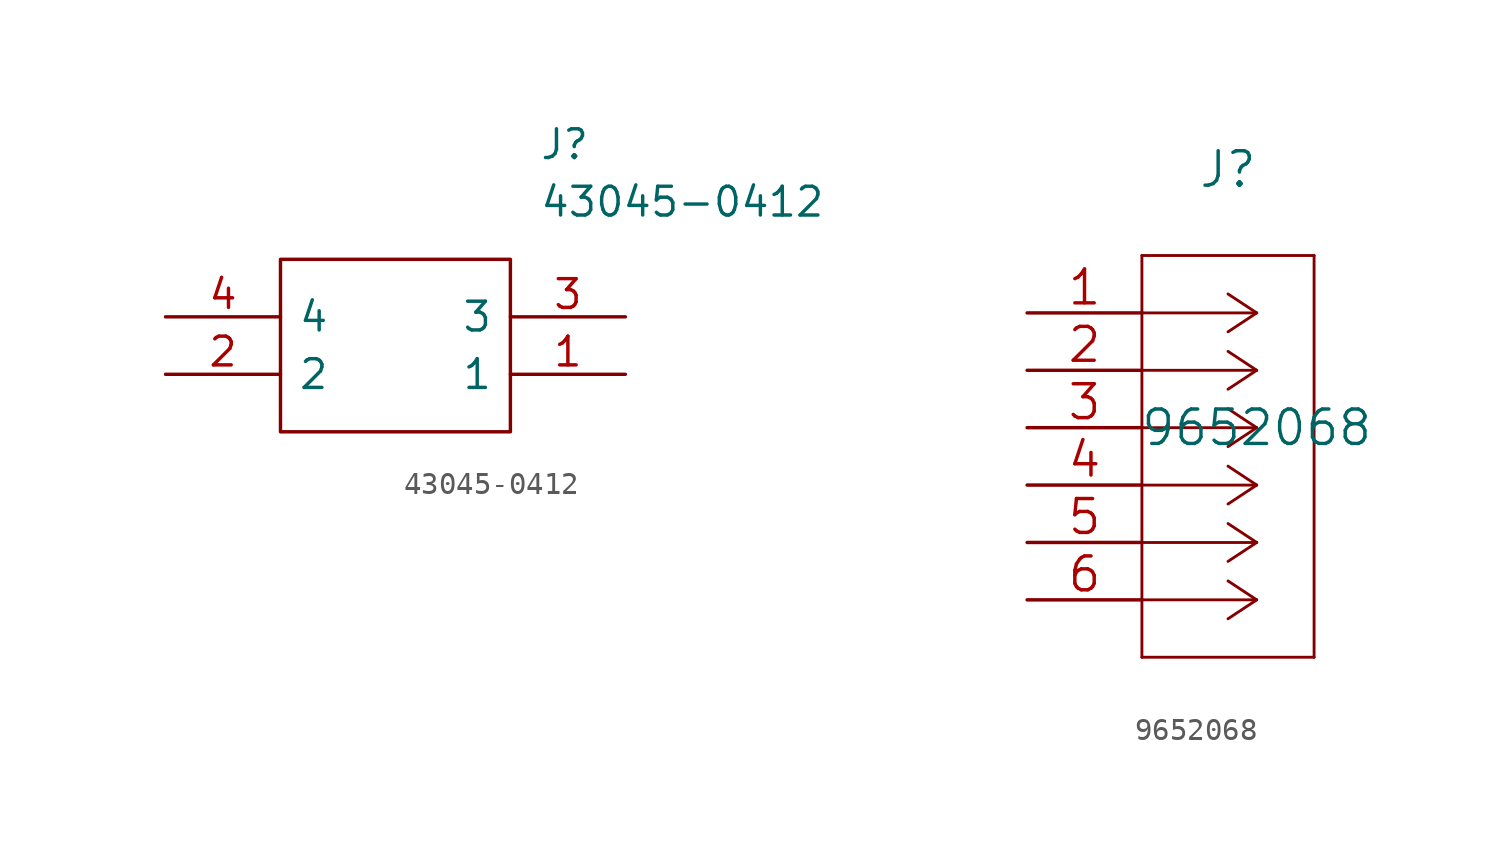
<source format=kicad_sym>
(kicad_symbol_lib
  (version 20211014)
  (generator kicad_symbol_editor)
  (symbol "43045-0412"
    (pin_names
      (offset 0.762))
    (property "Reference" "J"
      (at 16.51 7.62 0)
      (effects (font (size 1.27 1.27)) (justify left)))
    (property "Value" "43045-0412"
      (at 16.51 5.08 0)
      (effects (font (size 1.27 1.27)) (justify left)))
    (symbol "43045-0412_0_0"
      (pin passive line (at 20.32 -2.54 180) (length 5.08) (name "1" (effects (font (size 1.27 1.27)))) (number "1" (effects (font (size 1.27 1.27)))))
      (pin passive line (at 0 -2.54 0) (length 5.08) (name "2" (effects (font (size 1.27 1.27)))) (number "2" (effects (font (size 1.27 1.27)))))
      (pin passive line (at 20.32 0 180) (length 5.08) (name "3" (effects (font (size 1.27 1.27)))) (number "3" (effects (font (size 1.27 1.27)))))
      (pin passive line (at 0 0 0) (length 5.08) (name "4" (effects (font (size 1.27 1.27)))) (number "4" (effects (font (size 1.27 1.27))))))
    (symbol "43045-0412_0_1"
      (polyline (pts (xy 5.08 2.54) (xy 15.24 2.54) (xy 15.24 -5.08) (xy 5.08 -5.08) (xy 5.08 2.54)) (stroke (width 0.152) (type default) (color 0 0 0 0)) (fill (type none)))))
  (symbol "9652068"
    (pin_names
      (offset 0.254) hide)
    (property "Reference" "J"
      (at 8.89 6.35 0)
      (effects (font (size 1.524 1.524))))
    (property "Value" "9652068"
      (at 10.16 -5.08 0)
      (effects (font (size 1.524 1.524))))
    (property "Datasheet" ""
      (at 0 0 0)
      (effects (font (size 1.524 1.524))))
    (symbol "9652068_1_1"
      (polyline (pts (xy 5.08 -15.24) (xy 12.7 -15.24)) (stroke (width 0.127) (type default) (color 0 0 0 0)) (fill (type none)))
      (polyline (pts (xy 5.08 2.54) (xy 5.08 -15.24)) (stroke (width 0.127) (type default) (color 0 0 0 0)) (fill (type none)))
      (polyline (pts (xy 10.16 -12.7) (xy 5.08 -12.7)) (stroke (width 0.127) (type default) (color 0 0 0 0)) (fill (type none)))
      (polyline (pts (xy 10.16 -12.7) (xy 8.89 -13.538)) (stroke (width 0.127) (type default) (color 0 0 0 0)) (fill (type none)))
      (polyline (pts (xy 10.16 -12.7) (xy 8.89 -11.862)) (stroke (width 0.127) (type default) (color 0 0 0 0)) (fill (type none)))
      (polyline (pts (xy 10.16 -10.16) (xy 5.08 -10.16)) (stroke (width 0.127) (type default) (color 0 0 0 0)) (fill (type none)))
      (polyline (pts (xy 10.16 -10.16) (xy 8.89 -10.998)) (stroke (width 0.127) (type default) (color 0 0 0 0)) (fill (type none)))
      (polyline (pts (xy 10.16 -10.16) (xy 8.89 -9.322)) (stroke (width 0.127) (type default) (color 0 0 0 0)) (fill (type none)))
      (polyline (pts (xy 10.16 -7.62) (xy 5.08 -7.62)) (stroke (width 0.127) (type default) (color 0 0 0 0)) (fill (type none)))
      (polyline (pts (xy 10.16 -7.62) (xy 8.89 -8.458)) (stroke (width 0.127) (type default) (color 0 0 0 0)) (fill (type none)))
      (polyline (pts (xy 10.16 -7.62) (xy 8.89 -6.782)) (stroke (width 0.127) (type default) (color 0 0 0 0)) (fill (type none)))
      (polyline (pts (xy 10.16 -5.08) (xy 5.08 -5.08)) (stroke (width 0.127) (type default) (color 0 0 0 0)) (fill (type none)))
      (polyline (pts (xy 10.16 -5.08) (xy 8.89 -5.918)) (stroke (width 0.127) (type default) (color 0 0 0 0)) (fill (type none)))
      (polyline (pts (xy 10.16 -5.08) (xy 8.89 -4.242)) (stroke (width 0.127) (type default) (color 0 0 0 0)) (fill (type none)))
      (polyline (pts (xy 10.16 -2.54) (xy 5.08 -2.54)) (stroke (width 0.127) (type default) (color 0 0 0 0)) (fill (type none)))
      (polyline (pts (xy 10.16 -2.54) (xy 8.89 -3.378)) (stroke (width 0.127) (type default) (color 0 0 0 0)) (fill (type none)))
      (polyline (pts (xy 10.16 -2.54) (xy 8.89 -1.702)) (stroke (width 0.127) (type default) (color 0 0 0 0)) (fill (type none)))
      (polyline (pts (xy 10.16 0) (xy 5.08 0)) (stroke (width 0.127) (type default) (color 0 0 0 0)) (fill (type none)))
      (polyline (pts (xy 10.16 0) (xy 8.89 -0.838)) (stroke (width 0.127) (type default) (color 0 0 0 0)) (fill (type none)))
      (polyline (pts (xy 10.16 0) (xy 8.89 0.838)) (stroke (width 0.127) (type default) (color 0 0 0 0)) (fill (type none)))
      (polyline (pts (xy 12.7 -15.24) (xy 12.7 2.54)) (stroke (width 0.127) (type default) (color 0 0 0 0)) (fill (type none)))
      (polyline (pts (xy 12.7 2.54) (xy 5.08 2.54)) (stroke (width 0.127) (type default) (color 0 0 0 0)) (fill (type none)))
      (pin unspecified line (at 0 0 0) (length 5.08) (name "1" (effects (font (size 1.499 1.499)))) (number "1" (effects (font (size 1.499 1.499)))))
      (pin unspecified line (at 0 -2.54 0) (length 5.08) (name "2" (effects (font (size 1.499 1.499)))) (number "2" (effects (font (size 1.499 1.499)))))
      (pin unspecified line (at 0 -5.08 0) (length 5.08) (name "3" (effects (font (size 1.499 1.499)))) (number "3" (effects (font (size 1.499 1.499)))))
      (pin unspecified line (at 0 -7.62 0) (length 5.08) (name "4" (effects (font (size 1.499 1.499)))) (number "4" (effects (font (size 1.499 1.499)))))
      (pin unspecified line (at 0 -10.16 0) (length 5.08) (name "5" (effects (font (size 1.499 1.499)))) (number "5" (effects (font (size 1.499 1.499)))))
      (pin unspecified line (at 0 -12.7 0) (length 5.08) (name "6" (effects (font (size 1.499 1.499)))) (number "6" (effects (font (size 1.499 1.499))))))))
</source>
